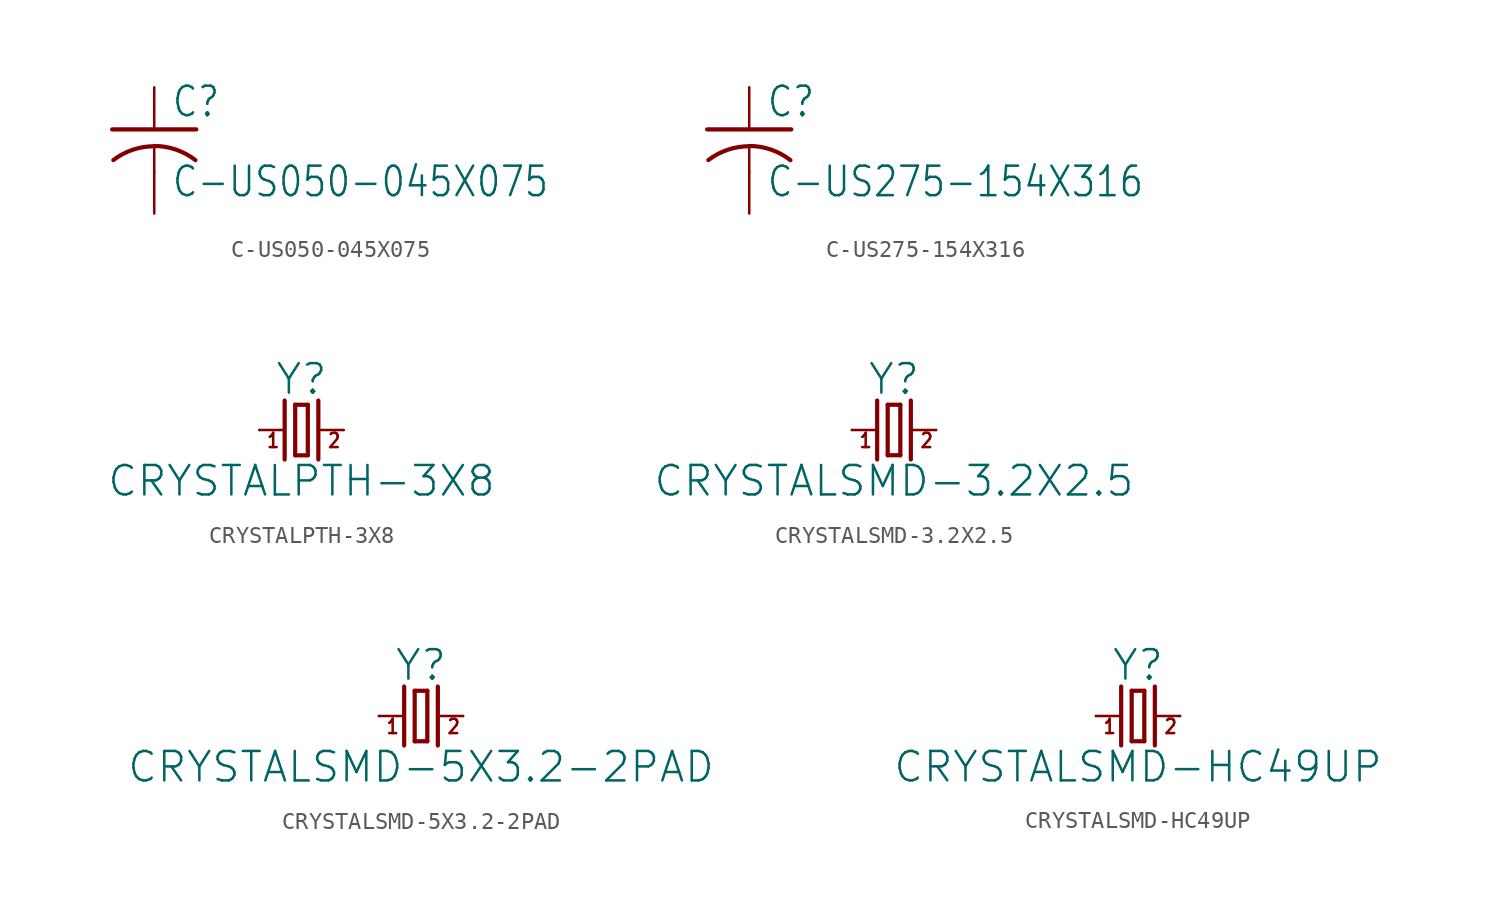
<source format=kicad_sym>
(kicad_symbol_lib
  (version 20211014)
  (generator kicad_symbol_editor)
  (symbol "C-US050-045X075"
    (property "Reference" "C"
      (at 1.016 0.635 0)
      (effects (font (size 1.778 1.511)) (justify left bottom)))
    (property "Value" "C-US050-045X075"
      (at 1.016 -4.191 0)
      (effects (font (size 1.778 1.511)) (justify left bottom)))
    (property "ki_locked" ""
      (at 0 0 0)
      (effects (font (size 1.27 1.27))))
    (symbol "C-US050-045X075_1_0"
      (arc (start 0 -1.0161) (mid -1.302 -1.2303) (end -2.4668 -1.8504) (stroke (width 0.254) (type default) (color 0 0 0 0)) (fill (type none)))
      (polyline (pts (xy -2.54 0) (xy 2.54 0)) (stroke (width 0.254) (type default) (color 0 0 0 0)) (fill (type none)))
      (polyline (pts (xy 0 -1.016) (xy 0 -2.54)) (stroke (width 0.152) (type default) (color 0 0 0 0)) (fill (type none)))
      (arc (start 2.4892 -1.8542) (mid 1.3158 -1.2195) (end 0 -1) (stroke (width 0.254) (type default) (color 0 0 0 0)) (fill (type none)))
      (pin passive line (at 0 2.54 270) (length 2.54) (name "1" (effects (font (size 0 0)))) (number "1" (effects (font (size 0 0)))))
      (pin passive line (at 0 -5.08 90) (length 2.54) (name "2" (effects (font (size 0 0)))) (number "2" (effects (font (size 0 0)))))))
  (symbol "C-US275-154X316"
    (property "Reference" "C"
      (at 1.016 0.635 0)
      (effects (font (size 1.778 1.511)) (justify left bottom)))
    (property "Value" "C-US275-154X316"
      (at 1.016 -4.191 0)
      (effects (font (size 1.778 1.511)) (justify left bottom)))
    (property "ki_locked" ""
      (at 0 0 0)
      (effects (font (size 1.27 1.27))))
    (symbol "C-US275-154X316_1_0"
      (arc (start 0 -1.0161) (mid -1.302 -1.2303) (end -2.4668 -1.8504) (stroke (width 0.254) (type default) (color 0 0 0 0)) (fill (type none)))
      (polyline (pts (xy -2.54 0) (xy 2.54 0)) (stroke (width 0.254) (type default) (color 0 0 0 0)) (fill (type none)))
      (polyline (pts (xy 0 -1.016) (xy 0 -2.54)) (stroke (width 0.152) (type default) (color 0 0 0 0)) (fill (type none)))
      (arc (start 2.4892 -1.8542) (mid 1.3158 -1.2195) (end 0 -1) (stroke (width 0.254) (type default) (color 0 0 0 0)) (fill (type none)))
      (pin passive line (at 0 2.54 270) (length 2.54) (name "1" (effects (font (size 0 0)))) (number "1" (effects (font (size 0 0)))))
      (pin passive line (at 0 -5.08 90) (length 2.54) (name "2" (effects (font (size 0 0)))) (number "2" (effects (font (size 0 0)))))))
  (symbol "CRYSTALPTH-3X8"
    (property "Reference" "Y"
      (at 0 2.032 0)
      (effects (font (size 1.778 1.778)) (justify bottom)))
    (property "Value" "CRYSTALPTH-3X8"
      (at 0 -2.032 0)
      (effects (font (size 1.778 1.778)) (justify top)))
    (property "ki_locked" ""
      (at 0 0 0)
      (effects (font (size 1.27 1.27))))
    (symbol "CRYSTALPTH-3X8_1_0"
      (polyline (pts (xy -2.54 0) (xy -1.016 0)) (stroke (width 0.152) (type default) (color 0 0 0 0)) (fill (type none)))
      (polyline (pts (xy -1.016 1.778) (xy -1.016 -1.778)) (stroke (width 0.254) (type default) (color 0 0 0 0)) (fill (type none)))
      (polyline (pts (xy -0.381 -1.524) (xy 0.381 -1.524)) (stroke (width 0.254) (type default) (color 0 0 0 0)) (fill (type none)))
      (polyline (pts (xy -0.381 1.524) (xy -0.381 -1.524)) (stroke (width 0.254) (type default) (color 0 0 0 0)) (fill (type none)))
      (polyline (pts (xy 0.381 -1.524) (xy 0.381 1.524)) (stroke (width 0.254) (type default) (color 0 0 0 0)) (fill (type none)))
      (polyline (pts (xy 0.381 1.524) (xy -0.381 1.524)) (stroke (width 0.254) (type default) (color 0 0 0 0)) (fill (type none)))
      (polyline (pts (xy 1.016 0) (xy 2.54 0)) (stroke (width 0.152) (type default) (color 0 0 0 0)) (fill (type none)))
      (polyline (pts (xy 1.016 1.778) (xy 1.016 -1.778)) (stroke (width 0.254) (type default) (color 0 0 0 0)) (fill (type none)))
      (text "1" (at -2.159 -1.143 0) (effects (font (size 0.864 0.734)) (justify left bottom)))
      (text "2" (at 1.524 -1.143 0) (effects (font (size 0.864 0.734)) (justify left bottom)))
      (pin passive line (at -2.54 0 0) (length 0) (name "1" (effects (font (size 0 0)))) (number "1" (effects (font (size 0 0)))))
      (pin passive line (at 2.54 0 180) (length 0) (name "2" (effects (font (size 0 0)))) (number "2" (effects (font (size 0 0)))))))
  (symbol "CRYSTALSMD-3.2X2.5"
    (property "Reference" "Y"
      (at 0 2.032 0)
      (effects (font (size 1.778 1.778)) (justify bottom)))
    (property "Value" "CRYSTALSMD-3.2X2.5"
      (at 0 -2.032 0)
      (effects (font (size 1.778 1.778)) (justify top)))
    (property "ki_locked" ""
      (at 0 0 0)
      (effects (font (size 1.27 1.27))))
    (symbol "CRYSTALSMD-3.2X2.5_1_0"
      (polyline (pts (xy -2.54 0) (xy -1.016 0)) (stroke (width 0.152) (type default) (color 0 0 0 0)) (fill (type none)))
      (polyline (pts (xy -1.016 1.778) (xy -1.016 -1.778)) (stroke (width 0.254) (type default) (color 0 0 0 0)) (fill (type none)))
      (polyline (pts (xy -0.381 -1.524) (xy 0.381 -1.524)) (stroke (width 0.254) (type default) (color 0 0 0 0)) (fill (type none)))
      (polyline (pts (xy -0.381 1.524) (xy -0.381 -1.524)) (stroke (width 0.254) (type default) (color 0 0 0 0)) (fill (type none)))
      (polyline (pts (xy 0.381 -1.524) (xy 0.381 1.524)) (stroke (width 0.254) (type default) (color 0 0 0 0)) (fill (type none)))
      (polyline (pts (xy 0.381 1.524) (xy -0.381 1.524)) (stroke (width 0.254) (type default) (color 0 0 0 0)) (fill (type none)))
      (polyline (pts (xy 1.016 0) (xy 2.54 0)) (stroke (width 0.152) (type default) (color 0 0 0 0)) (fill (type none)))
      (polyline (pts (xy 1.016 1.778) (xy 1.016 -1.778)) (stroke (width 0.254) (type default) (color 0 0 0 0)) (fill (type none)))
      (text "1" (at -2.159 -1.143 0) (effects (font (size 0.864 0.734)) (justify left bottom)))
      (text "2" (at 1.524 -1.143 0) (effects (font (size 0.864 0.734)) (justify left bottom)))
      (pin passive line (at -2.54 0 0) (length 0) (name "1" (effects (font (size 0 0)))) (number "1" (effects (font (size 0 0)))))
      (pin passive line (at 2.54 0 180) (length 0) (name "2" (effects (font (size 0 0)))) (number "3" (effects (font (size 0 0)))))))
  (symbol "CRYSTALSMD-5X3.2-2PAD"
    (property "Reference" "Y"
      (at 0 2.032 0)
      (effects (font (size 1.778 1.778)) (justify bottom)))
    (property "Value" "CRYSTALSMD-5X3.2-2PAD"
      (at 0 -2.032 0)
      (effects (font (size 1.778 1.778)) (justify top)))
    (property "ki_locked" ""
      (at 0 0 0)
      (effects (font (size 1.27 1.27))))
    (symbol "CRYSTALSMD-5X3.2-2PAD_1_0"
      (polyline (pts (xy -2.54 0) (xy -1.016 0)) (stroke (width 0.152) (type default) (color 0 0 0 0)) (fill (type none)))
      (polyline (pts (xy -1.016 1.778) (xy -1.016 -1.778)) (stroke (width 0.254) (type default) (color 0 0 0 0)) (fill (type none)))
      (polyline (pts (xy -0.381 -1.524) (xy 0.381 -1.524)) (stroke (width 0.254) (type default) (color 0 0 0 0)) (fill (type none)))
      (polyline (pts (xy -0.381 1.524) (xy -0.381 -1.524)) (stroke (width 0.254) (type default) (color 0 0 0 0)) (fill (type none)))
      (polyline (pts (xy 0.381 -1.524) (xy 0.381 1.524)) (stroke (width 0.254) (type default) (color 0 0 0 0)) (fill (type none)))
      (polyline (pts (xy 0.381 1.524) (xy -0.381 1.524)) (stroke (width 0.254) (type default) (color 0 0 0 0)) (fill (type none)))
      (polyline (pts (xy 1.016 0) (xy 2.54 0)) (stroke (width 0.152) (type default) (color 0 0 0 0)) (fill (type none)))
      (polyline (pts (xy 1.016 1.778) (xy 1.016 -1.778)) (stroke (width 0.254) (type default) (color 0 0 0 0)) (fill (type none)))
      (text "1" (at -2.159 -1.143 0) (effects (font (size 0.864 0.734)) (justify left bottom)))
      (text "2" (at 1.524 -1.143 0) (effects (font (size 0.864 0.734)) (justify left bottom)))
      (pin passive line (at -2.54 0 0) (length 0) (name "1" (effects (font (size 0 0)))) (number "P$1" (effects (font (size 0 0)))))
      (pin passive line (at 2.54 0 180) (length 0) (name "2" (effects (font (size 0 0)))) (number "P$2" (effects (font (size 0 0)))))))
  (symbol "CRYSTALSMD-HC49UP"
    (property "Reference" "Y"
      (at 0 2.032 0)
      (effects (font (size 1.778 1.778)) (justify bottom)))
    (property "Value" "CRYSTALSMD-HC49UP"
      (at 0 -2.032 0)
      (effects (font (size 1.778 1.778)) (justify top)))
    (property "ki_locked" ""
      (at 0 0 0)
      (effects (font (size 1.27 1.27))))
    (symbol "CRYSTALSMD-HC49UP_1_0"
      (polyline (pts (xy -2.54 0) (xy -1.016 0)) (stroke (width 0.152) (type default) (color 0 0 0 0)) (fill (type none)))
      (polyline (pts (xy -1.016 1.778) (xy -1.016 -1.778)) (stroke (width 0.254) (type default) (color 0 0 0 0)) (fill (type none)))
      (polyline (pts (xy -0.381 -1.524) (xy 0.381 -1.524)) (stroke (width 0.254) (type default) (color 0 0 0 0)) (fill (type none)))
      (polyline (pts (xy -0.381 1.524) (xy -0.381 -1.524)) (stroke (width 0.254) (type default) (color 0 0 0 0)) (fill (type none)))
      (polyline (pts (xy 0.381 -1.524) (xy 0.381 1.524)) (stroke (width 0.254) (type default) (color 0 0 0 0)) (fill (type none)))
      (polyline (pts (xy 0.381 1.524) (xy -0.381 1.524)) (stroke (width 0.254) (type default) (color 0 0 0 0)) (fill (type none)))
      (polyline (pts (xy 1.016 0) (xy 2.54 0)) (stroke (width 0.152) (type default) (color 0 0 0 0)) (fill (type none)))
      (polyline (pts (xy 1.016 1.778) (xy 1.016 -1.778)) (stroke (width 0.254) (type default) (color 0 0 0 0)) (fill (type none)))
      (text "1" (at -2.159 -1.143 0) (effects (font (size 0.864 0.734)) (justify left bottom)))
      (text "2" (at 1.524 -1.143 0) (effects (font (size 0.864 0.734)) (justify left bottom)))
      (pin passive line (at -2.54 0 0) (length 0) (name "1" (effects (font (size 0 0)))) (number "1" (effects (font (size 0 0)))))
      (pin passive line (at 2.54 0 180) (length 0) (name "2" (effects (font (size 0 0)))) (number "2" (effects (font (size 0 0))))))))
</source>
